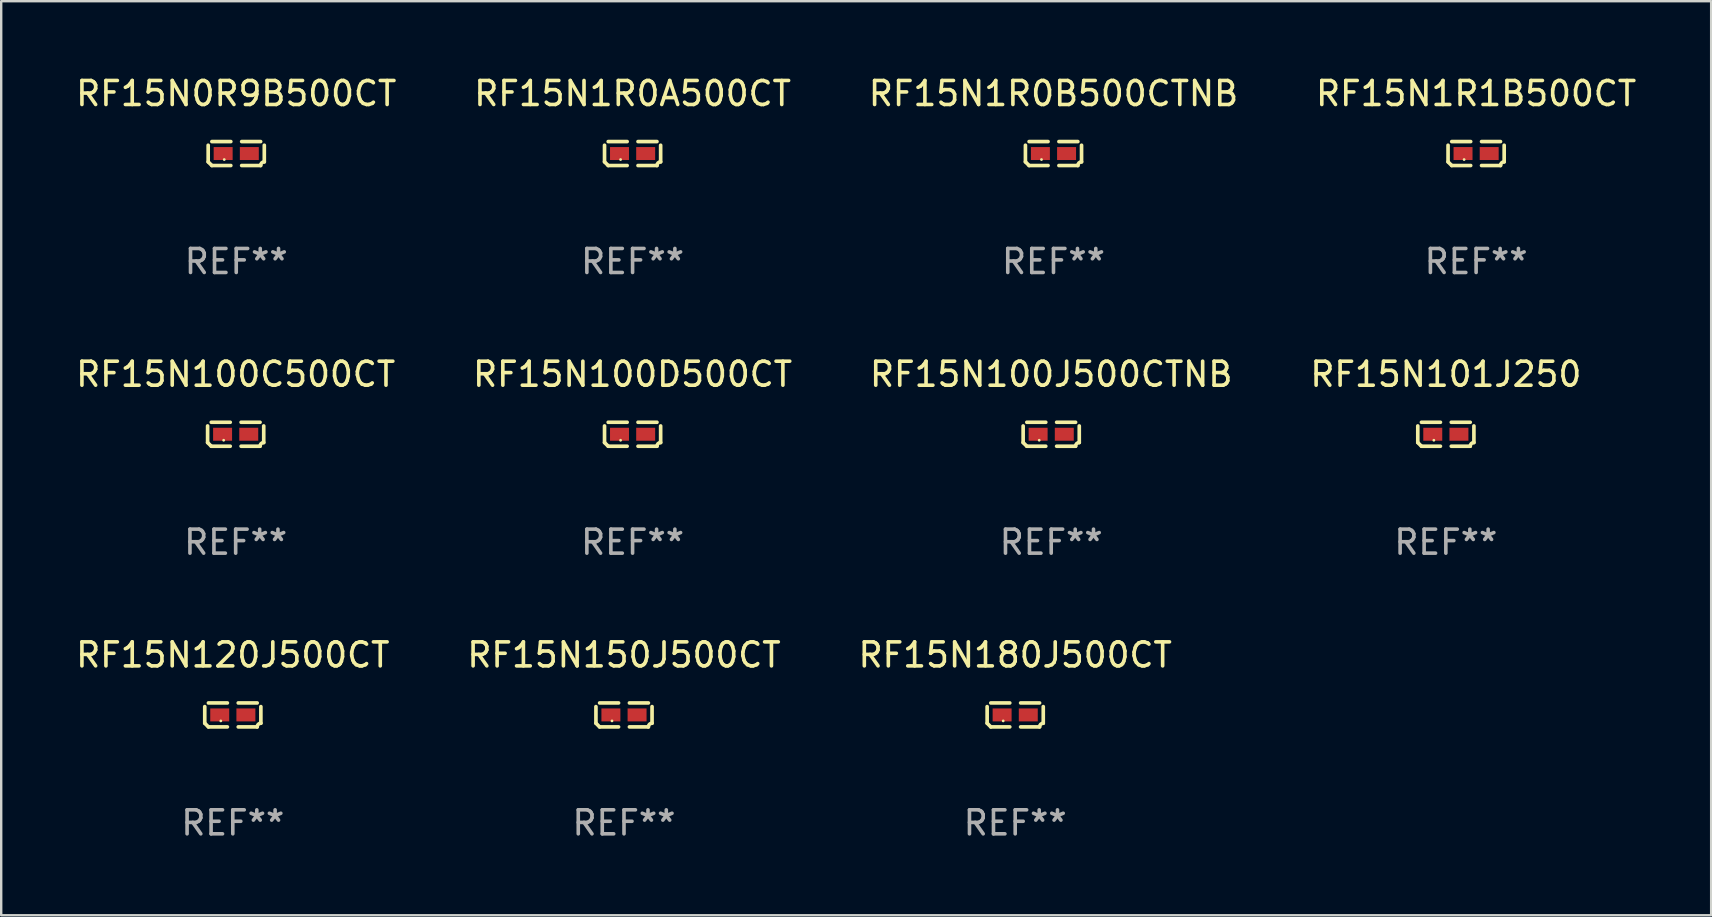
<source format=kicad_pcb>
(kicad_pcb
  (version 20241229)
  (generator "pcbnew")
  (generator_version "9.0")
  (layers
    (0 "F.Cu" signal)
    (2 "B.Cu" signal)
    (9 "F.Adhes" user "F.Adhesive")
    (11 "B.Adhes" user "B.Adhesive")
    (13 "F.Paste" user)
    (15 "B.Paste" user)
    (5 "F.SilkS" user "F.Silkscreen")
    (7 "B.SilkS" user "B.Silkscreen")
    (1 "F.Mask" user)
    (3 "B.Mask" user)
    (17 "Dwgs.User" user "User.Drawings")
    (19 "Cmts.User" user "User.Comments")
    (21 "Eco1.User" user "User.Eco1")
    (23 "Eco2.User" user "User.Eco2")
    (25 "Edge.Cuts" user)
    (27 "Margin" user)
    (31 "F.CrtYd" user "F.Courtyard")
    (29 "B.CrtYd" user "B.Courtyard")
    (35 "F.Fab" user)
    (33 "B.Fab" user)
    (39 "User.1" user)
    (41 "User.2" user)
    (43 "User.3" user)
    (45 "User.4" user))
  (footprint "RF15N1R0A500CT"
    (layer "F.Cu")
    (at 23.304 3.347)
    (property "Reference" "RF15N1R0A500CT" (at 0 -2.499 0) (layer "F.SilkS") (effects (font (size 1 1) (thickness 0.15))))
    (attr through_hole)
    (fp_line (start -1.169 0.346) (end -1.169 -0.346) (stroke (width 0.152) (type solid)) (layer "F.SilkS"))
    (fp_line (start -1.016 -0.499) (end -0.226 -0.499) (stroke (width 0.152) (type solid)) (layer "F.SilkS"))
    (fp_line (start -0.226 0.499) (end -1.016 0.499) (stroke (width 0.152) (type solid)) (layer "F.SilkS"))
    (fp_line (start 0.226 0.499) (end 1.016 0.499) (stroke (width 0.152) (type solid)) (layer "F.SilkS"))
    (fp_line (start 1.016 -0.499) (end 0.226 -0.499) (stroke (width 0.152) (type solid)) (layer "F.SilkS"))
    (fp_line (start 1.169 0.346) (end 1.169 -0.346) (stroke (width 0.152) (type solid)) (layer "F.SilkS"))
    (fp_arc (start -1.016307 0.498603) (mid -1.092512 0.422405) (end -1.16871 0.3462) (stroke (width 0.1524) (type solid)) (layer "F.SilkS"))
    (fp_arc (start 1.016307 0.498603) (mid 1.060899 0.390758) (end 1.168707 0.346076) (stroke (width 0.1524) (type solid)) (layer "F.SilkS"))
    (fp_circle (center -0.5 0.25) (end -0.47 0.25) (stroke (width 0.06) (type solid)) (fill no) (layer "F.SilkS"))
    (fp_text user "REF**" (at 0 4.499 0) (layer "F.Fab") (effects (font (size 1 1) (thickness 0.15))))
    (pad "1" smd rect (at -0.545 0) (size 0.79 0.54) (layers "F.Cu" "F.Mask" "F.Paste"))
    (pad "2" smd rect (at 0.545 0) (size 0.79 0.54) (layers "F.Cu" "F.Mask" "F.Paste")))
  (footprint "RF15N100D500CT"
    (layer "F.Cu")
    (at 23.304 15.041)
    (property "Reference" "RF15N100D500CT" (at 0 -2.499 0) (layer "F.SilkS") (effects (font (size 1 1) (thickness 0.15))))
    (attr through_hole)
    (fp_line (start -1.169 0.346) (end -1.169 -0.346) (stroke (width 0.152) (type solid)) (layer "F.SilkS"))
    (fp_line (start -1.016 -0.499) (end -0.226 -0.499) (stroke (width 0.152) (type solid)) (layer "F.SilkS"))
    (fp_line (start -0.226 0.499) (end -1.016 0.499) (stroke (width 0.152) (type solid)) (layer "F.SilkS"))
    (fp_line (start 0.226 0.499) (end 1.016 0.499) (stroke (width 0.152) (type solid)) (layer "F.SilkS"))
    (fp_line (start 1.016 -0.499) (end 0.226 -0.499) (stroke (width 0.152) (type solid)) (layer "F.SilkS"))
    (fp_line (start 1.169 0.346) (end 1.169 -0.346) (stroke (width 0.152) (type solid)) (layer "F.SilkS"))
    (fp_arc (start -1.016307 0.498603) (mid -1.092512 0.422405) (end -1.16871 0.3462) (stroke (width 0.1524) (type solid)) (layer "F.SilkS"))
    (fp_arc (start 1.016307 0.498603) (mid 1.060899 0.390758) (end 1.168707 0.346076) (stroke (width 0.1524) (type solid)) (layer "F.SilkS"))
    (fp_circle (center -0.5 0.25) (end -0.47 0.25) (stroke (width 0.06) (type solid)) (fill no) (layer "F.SilkS"))
    (fp_text user "REF**" (at 0 4.499 0) (layer "F.Fab") (effects (font (size 1 1) (thickness 0.15))))
    (pad "1" smd rect (at -0.545 0) (size 0.79 0.54) (layers "F.Cu" "F.Mask" "F.Paste"))
    (pad "2" smd rect (at 0.545 0) (size 0.79 0.54) (layers "F.Cu" "F.Mask" "F.Paste")))
  (footprint "RF15N1R0B500CTNB"
    (layer "F.Cu")
    (at 40.839 3.347)
    (property "Reference" "RF15N1R0B500CTNB" (at 0 -2.499 0) (layer "F.SilkS") (effects (font (size 1 1) (thickness 0.15))))
    (attr through_hole)
    (fp_line (start -1.169 0.346) (end -1.169 -0.346) (stroke (width 0.152) (type solid)) (layer "F.SilkS"))
    (fp_line (start -1.016 -0.499) (end -0.226 -0.499) (stroke (width 0.152) (type solid)) (layer "F.SilkS"))
    (fp_line (start -0.226 0.499) (end -1.016 0.499) (stroke (width 0.152) (type solid)) (layer "F.SilkS"))
    (fp_line (start 0.226 0.499) (end 1.016 0.499) (stroke (width 0.152) (type solid)) (layer "F.SilkS"))
    (fp_line (start 1.016 -0.499) (end 0.226 -0.499) (stroke (width 0.152) (type solid)) (layer "F.SilkS"))
    (fp_line (start 1.169 0.346) (end 1.169 -0.346) (stroke (width 0.152) (type solid)) (layer "F.SilkS"))
    (fp_arc (start -1.016307 0.498603) (mid -1.092512 0.422405) (end -1.16871 0.3462) (stroke (width 0.1524) (type solid)) (layer "F.SilkS"))
    (fp_arc (start 1.016307 0.498603) (mid 1.060899 0.390758) (end 1.168707 0.346076) (stroke (width 0.1524) (type solid)) (layer "F.SilkS"))
    (fp_circle (center -0.5 0.25) (end -0.47 0.25) (stroke (width 0.06) (type solid)) (fill no) (layer "F.SilkS"))
    (fp_text user "REF**" (at 0 4.499 0) (layer "F.Fab") (effects (font (size 1 1) (thickness 0.15))))
    (pad "1" smd rect (at -0.545 0) (size 0.79 0.54) (layers "F.Cu" "F.Mask" "F.Paste"))
    (pad "2" smd rect (at 0.545 0) (size 0.79 0.54) (layers "F.Cu" "F.Mask" "F.Paste")))
  (footprint "RF15N180J500CT"
    (layer "F.Cu")
    (at 39.244 26.734)
    (property "Reference" "RF15N180J500CT" (at 0 -2.499 0) (layer "F.SilkS") (effects (font (size 1 1) (thickness 0.15))))
    (attr through_hole)
    (fp_line (start -1.169 0.346) (end -1.169 -0.346) (stroke (width 0.152) (type solid)) (layer "F.SilkS"))
    (fp_line (start -1.016 -0.499) (end -0.226 -0.499) (stroke (width 0.152) (type solid)) (layer "F.SilkS"))
    (fp_line (start -0.226 0.499) (end -1.016 0.499) (stroke (width 0.152) (type solid)) (layer "F.SilkS"))
    (fp_line (start 0.226 0.499) (end 1.016 0.499) (stroke (width 0.152) (type solid)) (layer "F.SilkS"))
    (fp_line (start 1.016 -0.499) (end 0.226 -0.499) (stroke (width 0.152) (type solid)) (layer "F.SilkS"))
    (fp_line (start 1.169 0.346) (end 1.169 -0.346) (stroke (width 0.152) (type solid)) (layer "F.SilkS"))
    (fp_arc (start -1.016307 0.498603) (mid -1.092512 0.422405) (end -1.16871 0.3462) (stroke (width 0.1524) (type solid)) (layer "F.SilkS"))
    (fp_arc (start 1.016307 0.498603) (mid 1.060899 0.390758) (end 1.168707 0.346076) (stroke (width 0.1524) (type solid)) (layer "F.SilkS"))
    (fp_circle (center -0.5 0.25) (end -0.47 0.25) (stroke (width 0.06) (type solid)) (fill no) (layer "F.SilkS"))
    (fp_text user "REF**" (at 0 4.499 0) (layer "F.Fab") (effects (font (size 1 1) (thickness 0.15))))
    (pad "1" smd rect (at -0.545 0) (size 0.79 0.54) (layers "F.Cu" "F.Mask" "F.Paste"))
    (pad "2" smd rect (at 0.545 0) (size 0.79 0.54) (layers "F.Cu" "F.Mask" "F.Paste")))
  (footprint "RF15N120J500CT"
    (layer "F.Cu")
    (at 6.649 26.734)
    (property "Reference" "RF15N120J500CT" (at 0 -2.499 0) (layer "F.SilkS") (effects (font (size 1 1) (thickness 0.15))))
    (attr through_hole)
    (fp_line (start -1.169 0.346) (end -1.169 -0.346) (stroke (width 0.152) (type solid)) (layer "F.SilkS"))
    (fp_line (start -1.016 -0.499) (end -0.226 -0.499) (stroke (width 0.152) (type solid)) (layer "F.SilkS"))
    (fp_line (start -0.226 0.499) (end -1.016 0.499) (stroke (width 0.152) (type solid)) (layer "F.SilkS"))
    (fp_line (start 0.226 0.499) (end 1.016 0.499) (stroke (width 0.152) (type solid)) (layer "F.SilkS"))
    (fp_line (start 1.016 -0.499) (end 0.226 -0.499) (stroke (width 0.152) (type solid)) (layer "F.SilkS"))
    (fp_line (start 1.169 0.346) (end 1.169 -0.346) (stroke (width 0.152) (type solid)) (layer "F.SilkS"))
    (fp_arc (start -1.016307 0.498603) (mid -1.092512 0.422405) (end -1.16871 0.3462) (stroke (width 0.1524) (type solid)) (layer "F.SilkS"))
    (fp_arc (start 1.016307 0.498603) (mid 1.060899 0.390758) (end 1.168707 0.346076) (stroke (width 0.1524) (type solid)) (layer "F.SilkS"))
    (fp_circle (center -0.5 0.25) (end -0.47 0.25) (stroke (width 0.06) (type solid)) (fill no) (layer "F.SilkS"))
    (fp_text user "REF**" (at 0 4.499 0) (layer "F.Fab") (effects (font (size 1 1) (thickness 0.15))))
    (pad "1" smd rect (at -0.545 0) (size 0.79 0.54) (layers "F.Cu" "F.Mask" "F.Paste"))
    (pad "2" smd rect (at 0.545 0) (size 0.79 0.54) (layers "F.Cu" "F.Mask" "F.Paste")))
  (footprint "RF15N101J250"
    (layer "F.Cu")
    (at 57.185 15.041)
    (property "Reference" "RF15N101J250" (at 0 -2.499 0) (layer "F.SilkS") (effects (font (size 1 1) (thickness 0.15))))
    (attr through_hole)
    (fp_line (start -1.169 0.346) (end -1.169 -0.346) (stroke (width 0.152) (type solid)) (layer "F.SilkS"))
    (fp_line (start -1.016 -0.499) (end -0.226 -0.499) (stroke (width 0.152) (type solid)) (layer "F.SilkS"))
    (fp_line (start -0.226 0.499) (end -1.016 0.499) (stroke (width 0.152) (type solid)) (layer "F.SilkS"))
    (fp_line (start 0.226 0.499) (end 1.016 0.499) (stroke (width 0.152) (type solid)) (layer "F.SilkS"))
    (fp_line (start 1.016 -0.499) (end 0.226 -0.499) (stroke (width 0.152) (type solid)) (layer "F.SilkS"))
    (fp_line (start 1.169 0.346) (end 1.169 -0.346) (stroke (width 0.152) (type solid)) (layer "F.SilkS"))
    (fp_arc (start -1.016307 0.498603) (mid -1.092512 0.422405) (end -1.16871 0.3462) (stroke (width 0.1524) (type solid)) (layer "F.SilkS"))
    (fp_arc (start 1.016307 0.498603) (mid 1.060899 0.390758) (end 1.168707 0.346076) (stroke (width 0.1524) (type solid)) (layer "F.SilkS"))
    (fp_circle (center -0.5 0.25) (end -0.47 0.25) (stroke (width 0.06) (type solid)) (fill no) (layer "F.SilkS"))
    (fp_text user "REF**" (at 0 4.499 0) (layer "F.Fab") (effects (font (size 1 1) (thickness 0.15))))
    (pad "1" smd rect (at -0.545 0) (size 0.79 0.54) (layers "F.Cu" "F.Mask" "F.Paste"))
    (pad "2" smd rect (at 0.545 0) (size 0.79 0.54) (layers "F.Cu" "F.Mask" "F.Paste")))
  (footprint "RF15N1R1B500CT"
    (layer "F.Cu")
    (at 58.446 3.347)
    (property "Reference" "RF15N1R1B500CT" (at 0 -2.499 0) (layer "F.SilkS") (effects (font (size 1 1) (thickness 0.15))))
    (attr through_hole)
    (fp_line (start -1.169 0.346) (end -1.169 -0.346) (stroke (width 0.152) (type solid)) (layer "F.SilkS"))
    (fp_line (start -1.016 -0.499) (end -0.226 -0.499) (stroke (width 0.152) (type solid)) (layer "F.SilkS"))
    (fp_line (start -0.226 0.499) (end -1.016 0.499) (stroke (width 0.152) (type solid)) (layer "F.SilkS"))
    (fp_line (start 0.226 0.499) (end 1.016 0.499) (stroke (width 0.152) (type solid)) (layer "F.SilkS"))
    (fp_line (start 1.016 -0.499) (end 0.226 -0.499) (stroke (width 0.152) (type solid)) (layer "F.SilkS"))
    (fp_line (start 1.169 0.346) (end 1.169 -0.346) (stroke (width 0.152) (type solid)) (layer "F.SilkS"))
    (fp_arc (start -1.016307 0.498603) (mid -1.092512 0.422405) (end -1.16871 0.3462) (stroke (width 0.1524) (type solid)) (layer "F.SilkS"))
    (fp_arc (start 1.016307 0.498603) (mid 1.060899 0.390758) (end 1.168707 0.346076) (stroke (width 0.1524) (type solid)) (layer "F.SilkS"))
    (fp_circle (center -0.5 0.25) (end -0.47 0.25) (stroke (width 0.06) (type solid)) (fill no) (layer "F.SilkS"))
    (fp_text user "REF**" (at 0 4.499 0) (layer "F.Fab") (effects (font (size 1 1) (thickness 0.15))))
    (pad "1" smd rect (at -0.545 0) (size 0.79 0.54) (layers "F.Cu" "F.Mask" "F.Paste"))
    (pad "2" smd rect (at 0.545 0) (size 0.79 0.54) (layers "F.Cu" "F.Mask" "F.Paste")))
  (footprint "RF15N150J500CT"
    (layer "F.Cu")
    (at 22.946 26.734)
    (property "Reference" "RF15N150J500CT" (at 0 -2.499 0) (layer "F.SilkS") (effects (font (size 1 1) (thickness 0.15))))
    (attr through_hole)
    (fp_line (start -1.169 0.346) (end -1.169 -0.346) (stroke (width 0.152) (type solid)) (layer "F.SilkS"))
    (fp_line (start -1.016 -0.499) (end -0.226 -0.499) (stroke (width 0.152) (type solid)) (layer "F.SilkS"))
    (fp_line (start -0.226 0.499) (end -1.016 0.499) (stroke (width 0.152) (type solid)) (layer "F.SilkS"))
    (fp_line (start 0.226 0.499) (end 1.016 0.499) (stroke (width 0.152) (type solid)) (layer "F.SilkS"))
    (fp_line (start 1.016 -0.499) (end 0.226 -0.499) (stroke (width 0.152) (type solid)) (layer "F.SilkS"))
    (fp_line (start 1.169 0.346) (end 1.169 -0.346) (stroke (width 0.152) (type solid)) (layer "F.SilkS"))
    (fp_arc (start -1.016307 0.498603) (mid -1.092512 0.422405) (end -1.16871 0.3462) (stroke (width 0.1524) (type solid)) (layer "F.SilkS"))
    (fp_arc (start 1.016307 0.498603) (mid 1.060899 0.390758) (end 1.168707 0.346076) (stroke (width 0.1524) (type solid)) (layer "F.SilkS"))
    (fp_circle (center -0.5 0.25) (end -0.47 0.25) (stroke (width 0.06) (type solid)) (fill no) (layer "F.SilkS"))
    (fp_text user "REF**" (at 0 4.499 0) (layer "F.Fab") (effects (font (size 1 1) (thickness 0.15))))
    (pad "1" smd rect (at -0.545 0) (size 0.79 0.54) (layers "F.Cu" "F.Mask" "F.Paste"))
    (pad "2" smd rect (at 0.545 0) (size 0.79 0.54) (layers "F.Cu" "F.Mask" "F.Paste")))
  (footprint "RF15N100C500CT"
    (layer "F.Cu")
    (at 6.768 15.041)
    (property "Reference" "RF15N100C500CT" (at 0 -2.499 0) (layer "F.SilkS") (effects (font (size 1 1) (thickness 0.15))))
    (attr through_hole)
    (fp_line (start -1.169 0.346) (end -1.169 -0.346) (stroke (width 0.152) (type solid)) (layer "F.SilkS"))
    (fp_line (start -1.016 -0.499) (end -0.226 -0.499) (stroke (width 0.152) (type solid)) (layer "F.SilkS"))
    (fp_line (start -0.226 0.499) (end -1.016 0.499) (stroke (width 0.152) (type solid)) (layer "F.SilkS"))
    (fp_line (start 0.226 0.499) (end 1.016 0.499) (stroke (width 0.152) (type solid)) (layer "F.SilkS"))
    (fp_line (start 1.016 -0.499) (end 0.226 -0.499) (stroke (width 0.152) (type solid)) (layer "F.SilkS"))
    (fp_line (start 1.169 0.346) (end 1.169 -0.346) (stroke (width 0.152) (type solid)) (layer "F.SilkS"))
    (fp_arc (start -1.016307 0.498603) (mid -1.092512 0.422405) (end -1.16871 0.3462) (stroke (width 0.1524) (type solid)) (layer "F.SilkS"))
    (fp_arc (start 1.016307 0.498603) (mid 1.060899 0.390758) (end 1.168707 0.346076) (stroke (width 0.1524) (type solid)) (layer "F.SilkS"))
    (fp_circle (center -0.5 0.25) (end -0.47 0.25) (stroke (width 0.06) (type solid)) (fill no) (layer "F.SilkS"))
    (fp_text user "REF**" (at 0 4.499 0) (layer "F.Fab") (effects (font (size 1 1) (thickness 0.15))))
    (pad "1" smd rect (at -0.545 0) (size 0.79 0.54) (layers "F.Cu" "F.Mask" "F.Paste"))
    (pad "2" smd rect (at 0.545 0) (size 0.79 0.54) (layers "F.Cu" "F.Mask" "F.Paste")))
  (footprint "RF15N0R9B500CT"
    (layer "F.Cu")
    (at 6.792 3.347)
    (property "Reference" "RF15N0R9B500CT" (at 0 -2.499 0) (layer "F.SilkS") (effects (font (size 1 1) (thickness 0.15))))
    (attr through_hole)
    (fp_line (start -1.169 0.346) (end -1.169 -0.346) (stroke (width 0.152) (type solid)) (layer "F.SilkS"))
    (fp_line (start -1.016 -0.499) (end -0.226 -0.499) (stroke (width 0.152) (type solid)) (layer "F.SilkS"))
    (fp_line (start -0.226 0.499) (end -1.016 0.499) (stroke (width 0.152) (type solid)) (layer "F.SilkS"))
    (fp_line (start 0.226 0.499) (end 1.016 0.499) (stroke (width 0.152) (type solid)) (layer "F.SilkS"))
    (fp_line (start 1.016 -0.499) (end 0.226 -0.499) (stroke (width 0.152) (type solid)) (layer "F.SilkS"))
    (fp_line (start 1.169 0.346) (end 1.169 -0.346) (stroke (width 0.152) (type solid)) (layer "F.SilkS"))
    (fp_arc (start -1.016307 0.498603) (mid -1.092512 0.422405) (end -1.16871 0.3462) (stroke (width 0.1524) (type solid)) (layer "F.SilkS"))
    (fp_arc (start 1.016307 0.498603) (mid 1.060899 0.390758) (end 1.168707 0.346076) (stroke (width 0.1524) (type solid)) (layer "F.SilkS"))
    (fp_circle (center -0.5 0.25) (end -0.47 0.25) (stroke (width 0.06) (type solid)) (fill no) (layer "F.SilkS"))
    (fp_text user "REF**" (at 0 4.499 0) (layer "F.Fab") (effects (font (size 1 1) (thickness 0.15))))
    (pad "1" smd rect (at -0.545 0) (size 0.79 0.54) (layers "F.Cu" "F.Mask" "F.Paste"))
    (pad "2" smd rect (at 0.545 0) (size 0.79 0.54) (layers "F.Cu" "F.Mask" "F.Paste")))
  (footprint "RF15N100J500CTNB"
    (layer "F.Cu")
    (at 40.744 15.041)
    (property "Reference" "RF15N100J500CTNB" (at 0 -2.499 0) (layer "F.SilkS") (effects (font (size 1 1) (thickness 0.15))))
    (attr through_hole)
    (fp_line (start -1.169 0.346) (end -1.169 -0.346) (stroke (width 0.152) (type solid)) (layer "F.SilkS"))
    (fp_line (start -1.016 -0.499) (end -0.226 -0.499) (stroke (width 0.152) (type solid)) (layer "F.SilkS"))
    (fp_line (start -0.226 0.499) (end -1.016 0.499) (stroke (width 0.152) (type solid)) (layer "F.SilkS"))
    (fp_line (start 0.226 0.499) (end 1.016 0.499) (stroke (width 0.152) (type solid)) (layer "F.SilkS"))
    (fp_line (start 1.016 -0.499) (end 0.226 -0.499) (stroke (width 0.152) (type solid)) (layer "F.SilkS"))
    (fp_line (start 1.169 0.346) (end 1.169 -0.346) (stroke (width 0.152) (type solid)) (layer "F.SilkS"))
    (fp_arc (start -1.016307 0.498603) (mid -1.092512 0.422405) (end -1.16871 0.3462) (stroke (width 0.1524) (type solid)) (layer "F.SilkS"))
    (fp_arc (start 1.016307 0.498603) (mid 1.060899 0.390758) (end 1.168707 0.346076) (stroke (width 0.1524) (type solid)) (layer "F.SilkS"))
    (fp_circle (center -0.5 0.25) (end -0.47 0.25) (stroke (width 0.06) (type solid)) (fill no) (layer "F.SilkS"))
    (fp_text user "REF**" (at 0 4.499 0) (layer "F.Fab") (effects (font (size 1 1) (thickness 0.15))))
    (pad "1" smd rect (at -0.545 0) (size 0.79 0.54) (layers "F.Cu" "F.Mask" "F.Paste"))
    (pad "2" smd rect (at 0.545 0) (size 0.79 0.54) (layers "F.Cu" "F.Mask" "F.Paste")))
  (gr_rect
    (start -3 -3)
    (end 68.238 35.081)
    (stroke (width 0.1) (type default))
    (fill no)
    (layer "Edge.Cuts")))
</source>
